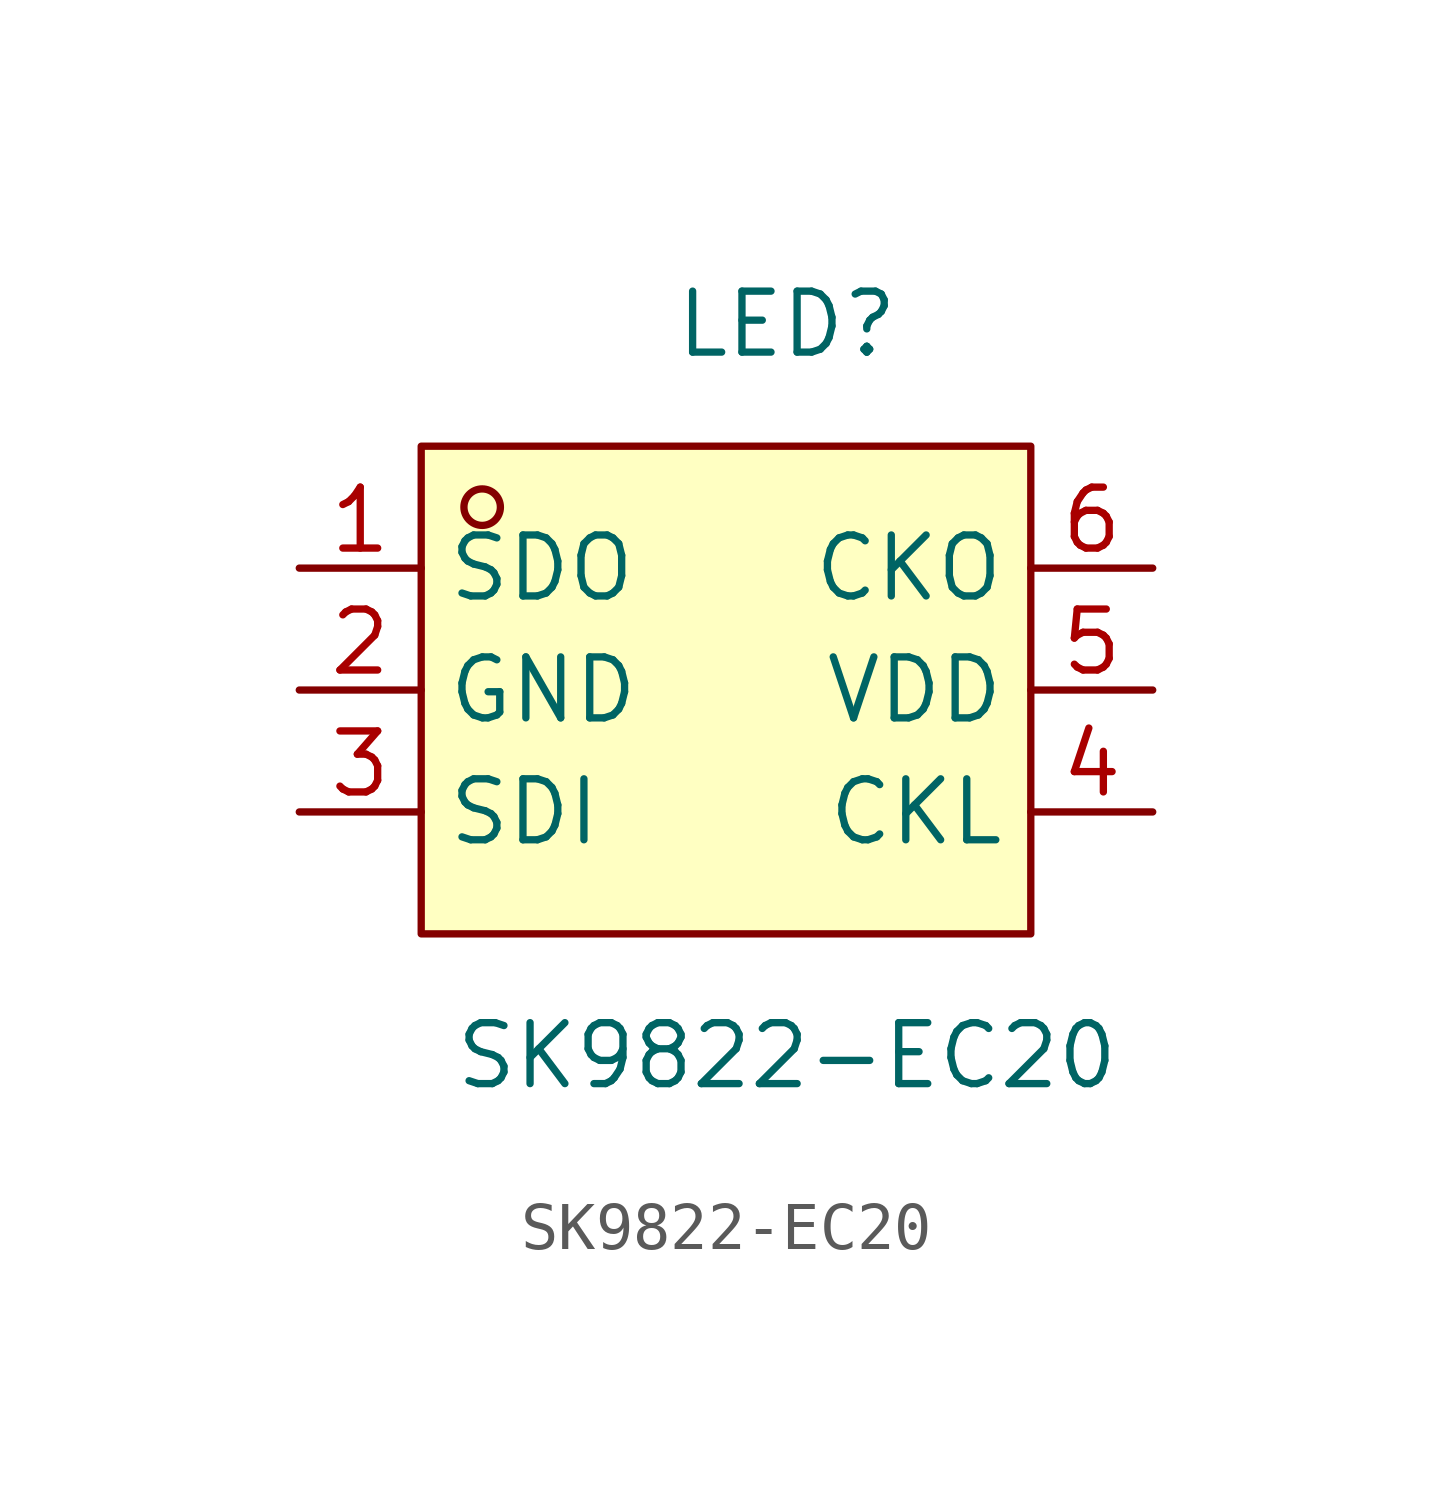
<source format=kicad_sym>
(kicad_symbol_lib
  (version 20211014)
  (generator https://github.com/uPesy/easyeda2kicad.py)
  (symbol "SK9822-EC20"
    (property "Reference" "LED"
      (at 0 7.62 0)
      (effects (font (size 1.27 1.27))))
    (property "Value" "SK9822-EC20"
      (at 0 -7.62 0)
      (effects (font (size 1.27 1.27))))
    (symbol "SK9822-EC20_0_1"
      (rectangle (start -7.62 5.08) (end 5.08 -5.08) (stroke (width 0) (type default) (color 0 0 0 0)) (fill (type background)))
      (circle (center -6.35 3.81) (radius 0.38) (stroke (width 0) (type default) (color 0 0 0 0)) (fill (type none)))
      (pin unspecified line (at 7.62 2.54 180) (length 2.54) (name "CKO" (effects (font (size 1.27 1.27)))) (number "6" (effects (font (size 1.27 1.27)))))
      (pin unspecified line (at 7.62 -0.00 180) (length 2.54) (name "VDD" (effects (font (size 1.27 1.27)))) (number "5" (effects (font (size 1.27 1.27)))))
      (pin unspecified line (at 7.62 -2.54 180) (length 2.54) (name "CKL" (effects (font (size 1.27 1.27)))) (number "4" (effects (font (size 1.27 1.27)))))
      (pin unspecified line (at -10.16 -2.54 0) (length 2.54) (name "SDI" (effects (font (size 1.27 1.27)))) (number "3" (effects (font (size 1.27 1.27)))))
      (pin unspecified line (at -10.16 -0.00 0) (length 2.54) (name "GND" (effects (font (size 1.27 1.27)))) (number "2" (effects (font (size 1.27 1.27)))))
      (pin unspecified line (at -10.16 2.54 0) (length 2.54) (name "SDO" (effects (font (size 1.27 1.27)))) (number "1" (effects (font (size 1.27 1.27))))))))
</source>
